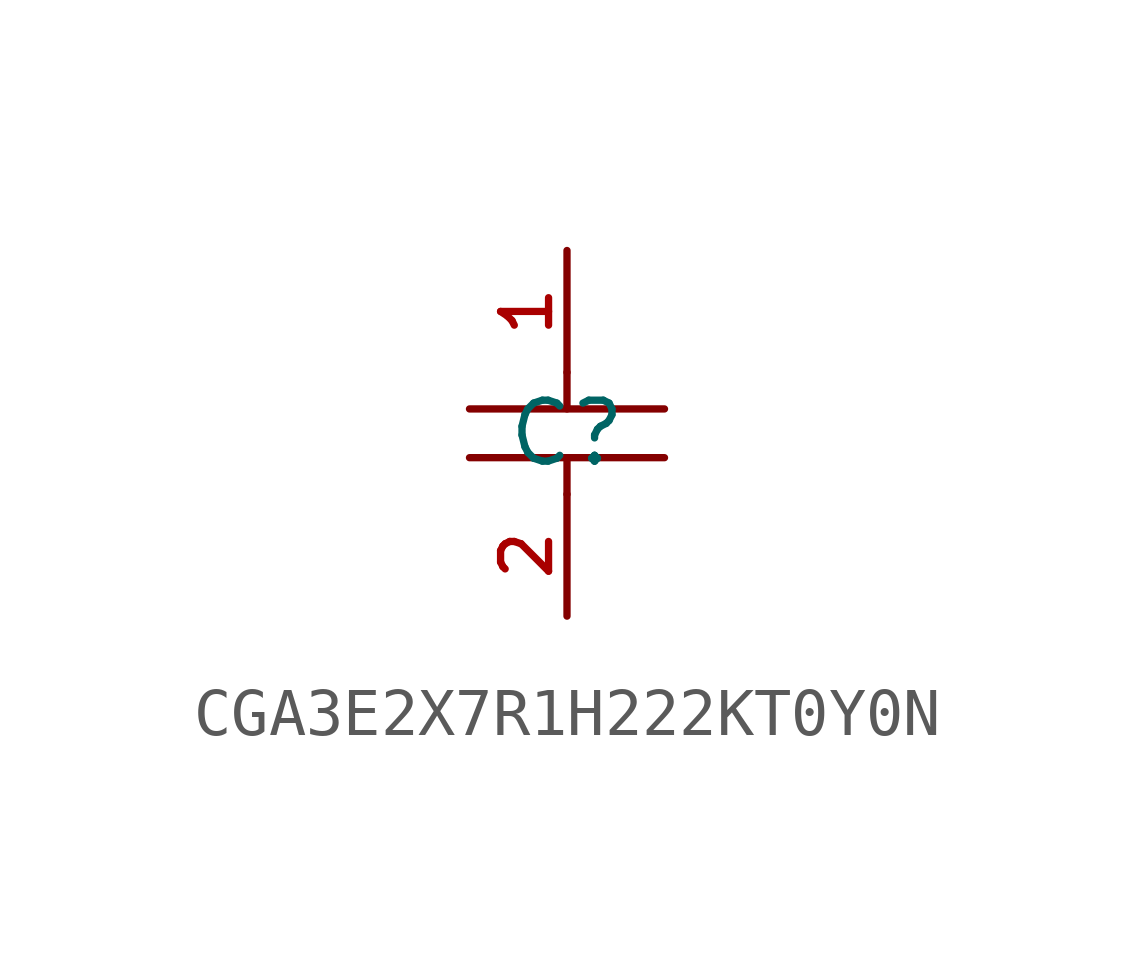
<source format=kicad_sym>
(kicad_symbol_lib
  (version 20210201)
  (generator TousstNicolas/JLC2KiCad_lib)
  (symbol "CGA3E2X7R1H222KT0Y0N"
    (pin_names hide)
    (property "Reference" "C"
      (at 0 1.27 0)
      (effects (font (size 1.27 1.27))))
    (symbol "CGA3E2X7R1H222KT0Y0N_0_1"
      (polyline (pts (xy 2.032 1.778) (xy -2.032 1.778)) (stroke (width 0) (type default) (color 0 0 0 0)) (fill (type none)))
      (polyline (pts (xy 2.032 0.762) (xy -2.032 0.762)) (stroke (width 0) (type default) (color 0 0 0 0)) (fill (type none)))
      (pin input line (at 0.0 5.08 270) (length 2.54) (name "1" (effects (font (size 1 1)))) (number "1" (effects (font (size 1 1)))))
      (polyline (pts (xy 0.0 2.54) (xy 0.0 1.778)) (stroke (width 0) (type default) (color 0 0 0 0)) (fill (type none)))
      (polyline (pts (xy 0.0 0.762) (xy 0.0 -0.0)) (stroke (width 0) (type default) (color 0 0 0 0)) (fill (type none)))
      (pin input line (at 0.0 -2.54 90) (length 2.54) (name "2" (effects (font (size 1 1)))) (number "2" (effects (font (size 1 1))))))))
</source>
